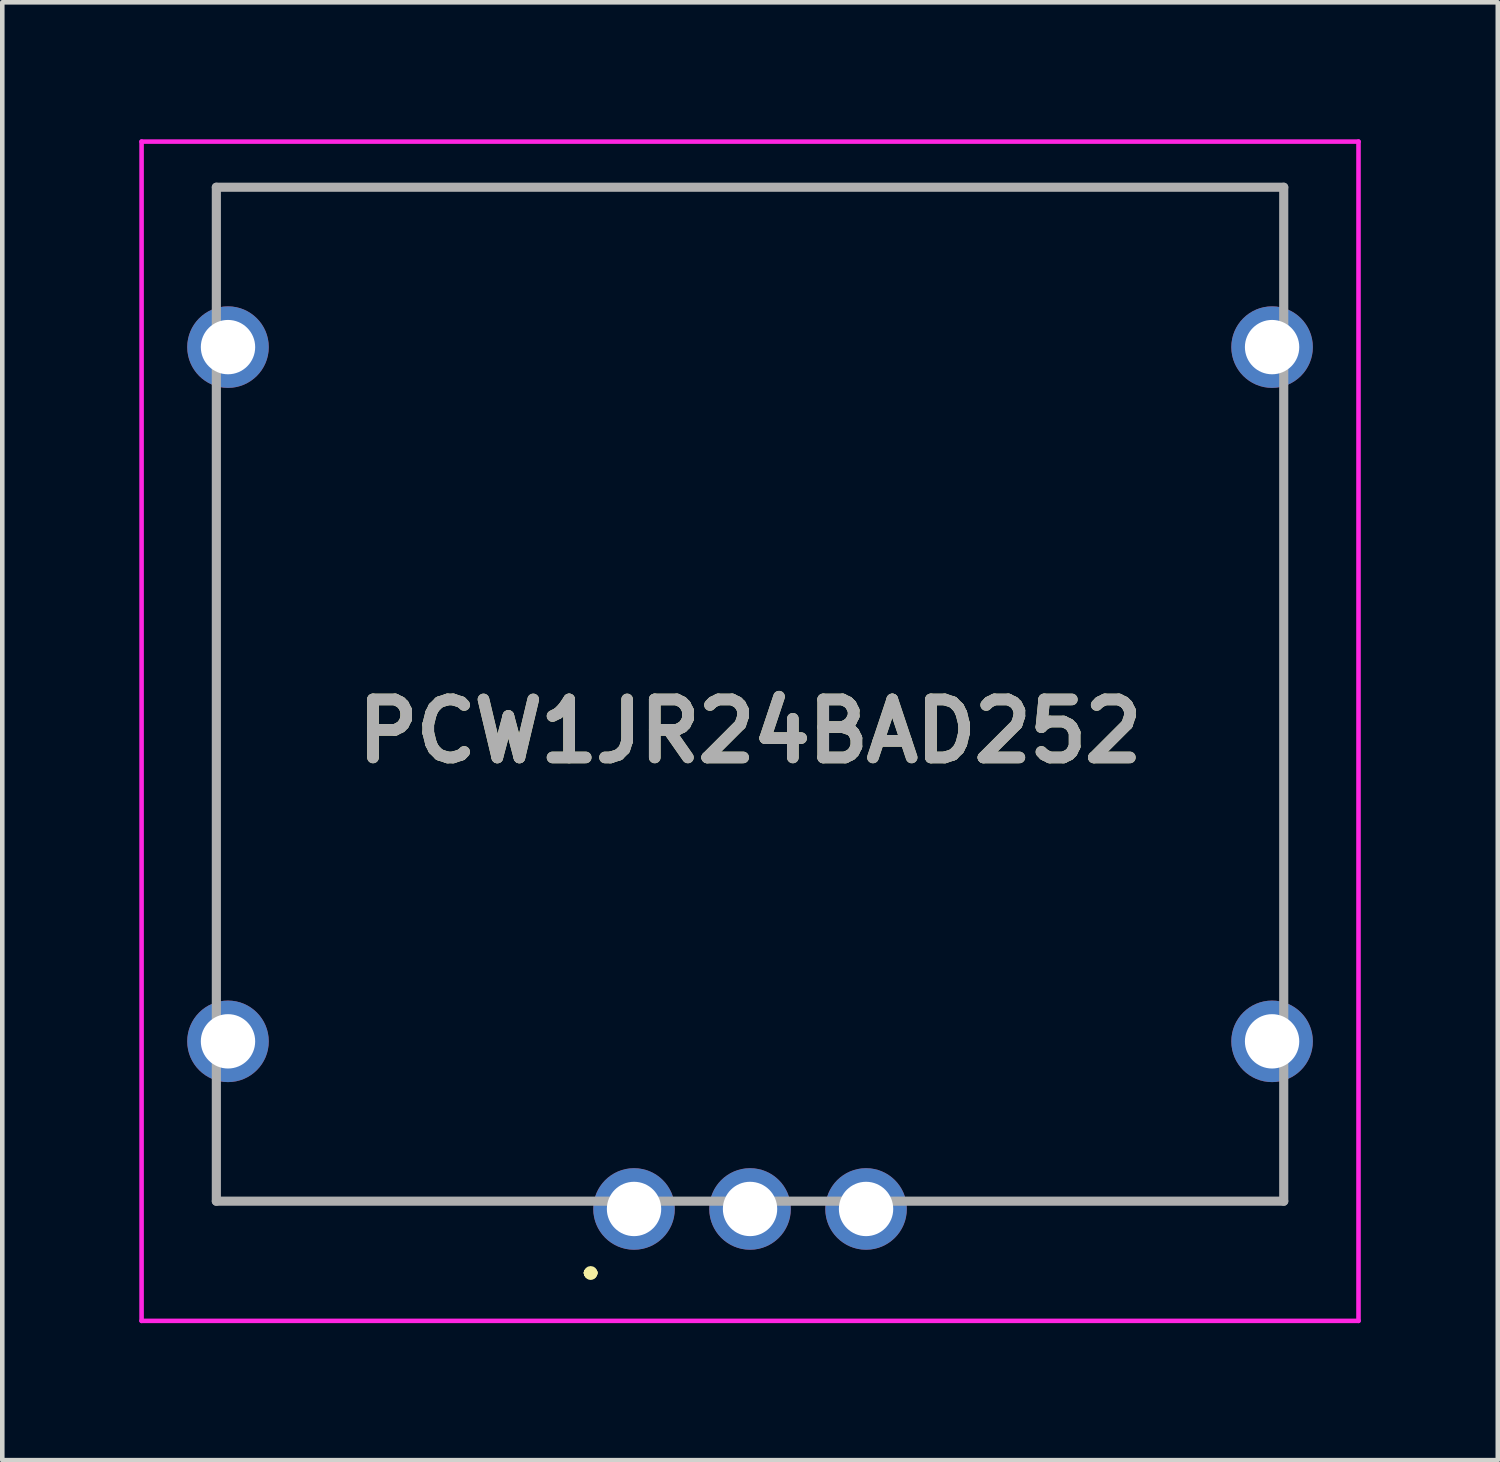
<source format=kicad_pcb>
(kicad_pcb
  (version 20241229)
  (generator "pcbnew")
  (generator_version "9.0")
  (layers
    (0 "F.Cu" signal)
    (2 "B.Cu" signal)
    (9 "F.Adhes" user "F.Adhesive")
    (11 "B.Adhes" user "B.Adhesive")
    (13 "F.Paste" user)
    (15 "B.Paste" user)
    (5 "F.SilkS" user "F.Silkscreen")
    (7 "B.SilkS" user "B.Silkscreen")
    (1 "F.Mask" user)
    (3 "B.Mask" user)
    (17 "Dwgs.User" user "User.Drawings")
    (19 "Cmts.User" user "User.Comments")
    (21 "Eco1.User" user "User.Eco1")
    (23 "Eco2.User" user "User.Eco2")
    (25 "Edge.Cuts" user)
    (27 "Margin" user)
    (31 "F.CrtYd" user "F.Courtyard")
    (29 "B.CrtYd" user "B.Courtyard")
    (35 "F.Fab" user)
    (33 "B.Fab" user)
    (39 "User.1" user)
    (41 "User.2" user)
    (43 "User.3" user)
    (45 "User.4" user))
  (footprint "PCW1JR24BAD252"
    (layer "F.Cu")
    (at 10.832 23.42)
    (property "Reference" "PCW1JR24BAD252" (at 2.54 -10.46 0) (layer "F.SilkS") (effects (font (size 1.27 1.27) (thickness 0.254))))
    (attr through_hole)
    (fp_line (start -9.145 -22.37) (end -9.145 -22.37) (stroke (width 0.1) (type solid)) (layer "F.SilkS"))
    (fp_line (start -9.145 -22.37) (end -9.145 -22.37) (stroke (width 0.1) (type solid)) (layer "F.SilkS"))
    (fp_line (start -9.145 -22.37) (end -9.145 -20.5) (stroke (width 0.1) (type solid)) (layer "F.SilkS"))
    (fp_line (start -9.145 -22.37) (end 14.225 -22.37) (stroke (width 0.1) (type solid)) (layer "F.SilkS"))
    (fp_line (start -9.145 -20.5) (end -9.145 -22.37) (stroke (width 0.1) (type solid)) (layer "F.SilkS"))
    (fp_line (start -9.145 -20.5) (end -9.145 -20.5) (stroke (width 0.1) (type solid)) (layer "F.SilkS"))
    (fp_line (start -9.145 -17.5) (end -9.145 -17.5) (stroke (width 0.1) (type solid)) (layer "F.SilkS"))
    (fp_line (start -9.145 -17.5) (end -9.145 -5.25) (stroke (width 0.1) (type solid)) (layer "F.SilkS"))
    (fp_line (start -9.145 -5.25) (end -9.145 -17.5) (stroke (width 0.1) (type solid)) (layer "F.SilkS"))
    (fp_line (start -9.145 -5.25) (end -9.145 -5.25) (stroke (width 0.1) (type solid)) (layer "F.SilkS"))
    (fp_line (start -9.145 -2) (end -9.145 -2) (stroke (width 0.1) (type solid)) (layer "F.SilkS"))
    (fp_line (start -9.145 -2) (end -9.145 -0.17) (stroke (width 0.1) (type solid)) (layer "F.SilkS"))
    (fp_line (start -9.145 -0.17) (end -9.145 -2) (stroke (width 0.1) (type solid)) (layer "F.SilkS"))
    (fp_line (start -9.145 -0.17) (end -9.145 -0.17) (stroke (width 0.1) (type solid)) (layer "F.SilkS"))
    (fp_line (start -9.145 -0.17) (end -9.145 -0.17) (stroke (width 0.1) (type solid)) (layer "F.SilkS"))
    (fp_line (start -9.145 -0.17) (end -2 -0.17) (stroke (width 0.1) (type solid)) (layer "F.SilkS"))
    (fp_line (start -2 -0.17) (end -9.145 -0.17) (stroke (width 0.1) (type solid)) (layer "F.SilkS"))
    (fp_line (start -2 -0.17) (end -2 -0.17) (stroke (width 0.1) (type solid)) (layer "F.SilkS"))
    (fp_line (start -1 1.4) (end -1 1.4) (stroke (width 0.2) (type solid)) (layer "F.SilkS"))
    (fp_line (start -1 1.4) (end -1 1.4) (stroke (width 0.2) (type solid)) (layer "F.SilkS"))
    (fp_line (start -0.9 1.4) (end -0.9 1.4) (stroke (width 0.2) (type solid)) (layer "F.SilkS"))
    (fp_line (start 6.75 -0.17) (end 6.75 -0.17) (stroke (width 0.1) (type solid)) (layer "F.SilkS"))
    (fp_line (start 6.75 -0.17) (end 14.225 -0.17) (stroke (width 0.1) (type solid)) (layer "F.SilkS"))
    (fp_line (start 14.225 -22.37) (end -9.145 -22.37) (stroke (width 0.1) (type solid)) (layer "F.SilkS"))
    (fp_line (start 14.225 -22.37) (end 14.225 -22.37) (stroke (width 0.1) (type solid)) (layer "F.SilkS"))
    (fp_line (start 14.225 -22.37) (end 14.225 -22.37) (stroke (width 0.1) (type solid)) (layer "F.SilkS"))
    (fp_line (start 14.225 -22.37) (end 14.225 -20.5) (stroke (width 0.1) (type solid)) (layer "F.SilkS"))
    (fp_line (start 14.225 -20.5) (end 14.225 -22.37) (stroke (width 0.1) (type solid)) (layer "F.SilkS"))
    (fp_line (start 14.225 -20.5) (end 14.225 -20.5) (stroke (width 0.1) (type solid)) (layer "F.SilkS"))
    (fp_line (start 14.225 -17.25) (end 14.225 -17.25) (stroke (width 0.1) (type solid)) (layer "F.SilkS"))
    (fp_line (start 14.225 -17.25) (end 14.225 -5.25) (stroke (width 0.1) (type solid)) (layer "F.SilkS"))
    (fp_line (start 14.225 -5.25) (end 14.225 -17.25) (stroke (width 0.1) (type solid)) (layer "F.SilkS"))
    (fp_line (start 14.225 -5.25) (end 14.225 -5.25) (stroke (width 0.1) (type solid)) (layer "F.SilkS"))
    (fp_line (start 14.225 -2) (end 14.225 -2) (stroke (width 0.1) (type solid)) (layer "F.SilkS"))
    (fp_line (start 14.225 -2) (end 14.225 -0.17) (stroke (width 0.1) (type solid)) (layer "F.SilkS"))
    (fp_line (start 14.225 -0.17) (end 6.75 -0.17) (stroke (width 0.1) (type solid)) (layer "F.SilkS"))
    (fp_line (start 14.225 -0.17) (end 14.225 -2) (stroke (width 0.1) (type solid)) (layer "F.SilkS"))
    (fp_line (start 14.225 -0.17) (end 14.225 -0.17) (stroke (width 0.1) (type solid)) (layer "F.SilkS"))
    (fp_line (start 14.225 -0.17) (end 14.225 -0.17) (stroke (width 0.1) (type solid)) (layer "F.SilkS"))
    (fp_arc (start -1 1.4) (mid -0.95 1.35) (end -0.9 1.4) (stroke (width 0.2) (type solid)) (layer "F.SilkS"))
    (fp_arc (start -0.9 1.4) (mid -0.95 1.45) (end -1 1.4) (stroke (width 0.2) (type solid)) (layer "F.SilkS"))
    (fp_arc (start -0.9 1.4) (mid -0.95 1.45) (end -1 1.4) (stroke (width 0.2) (type solid)) (layer "F.SilkS"))
    (fp_line (start -10.782 -23.37) (end 15.862 -23.37) (stroke (width 0.1) (type solid)) (layer "F.CrtYd"))
    (fp_line (start -10.782 2.45) (end -10.782 -23.37) (stroke (width 0.1) (type solid)) (layer "F.CrtYd"))
    (fp_line (start 15.862 -23.37) (end 15.862 2.45) (stroke (width 0.1) (type solid)) (layer "F.CrtYd"))
    (fp_line (start 15.862 2.45) (end -10.782 2.45) (stroke (width 0.1) (type solid)) (layer "F.CrtYd"))
    (fp_line (start -9.145 -22.37) (end -9.145 -0.17) (stroke (width 0.2) (type solid)) (layer "F.Fab"))
    (fp_line (start -9.145 -0.17) (end 14.225 -0.17) (stroke (width 0.2) (type solid)) (layer "F.Fab"))
    (fp_line (start 14.225 -22.37) (end -9.145 -22.37) (stroke (width 0.2) (type solid)) (layer "F.Fab"))
    (fp_line (start 14.225 -0.17) (end 14.225 -22.37) (stroke (width 0.2) (type solid)) (layer "F.Fab"))
    (fp_text user "${REFERENCE}" (at 2.54 -10.46 0) (layer "F.Fab") (effects (font (size 1.27 1.27) (thickness 0.254))))
    (pad "1" thru_hole circle (at 0 0) (size 1.785 1.785) (drill 1.19) (layers "*.Cu" "*.Mask"))
    (pad "2" thru_hole circle (at 2.54 0) (size 1.785 1.785) (drill 1.19) (layers "*.Cu" "*.Mask"))
    (pad "3" thru_hole circle (at 5.08 0) (size 1.785 1.785) (drill 1.19) (layers "*.Cu" "*.Mask"))
    (pad "MH1" thru_hole circle (at -8.89 -18.87) (size 1.785 1.785) (drill 1.19) (layers "*.Cu" "*.Mask"))
    (pad "MH2" thru_hole circle (at -8.89 -3.67) (size 1.785 1.785) (drill 1.19) (layers "*.Cu" "*.Mask"))
    (pad "MH3" thru_hole circle (at 13.97 -3.67) (size 1.785 1.785) (drill 1.19) (layers "*.Cu" "*.Mask"))
    (pad "MH4" thru_hole circle (at 13.97 -18.87) (size 1.785 1.785) (drill 1.19) (layers "*.Cu" "*.Mask")))
  (gr_rect
    (start -3 -3)
    (end 29.744 28.92)
    (stroke (width 0.1) (type default))
    (fill no)
    (layer "Edge.Cuts")))
</source>
